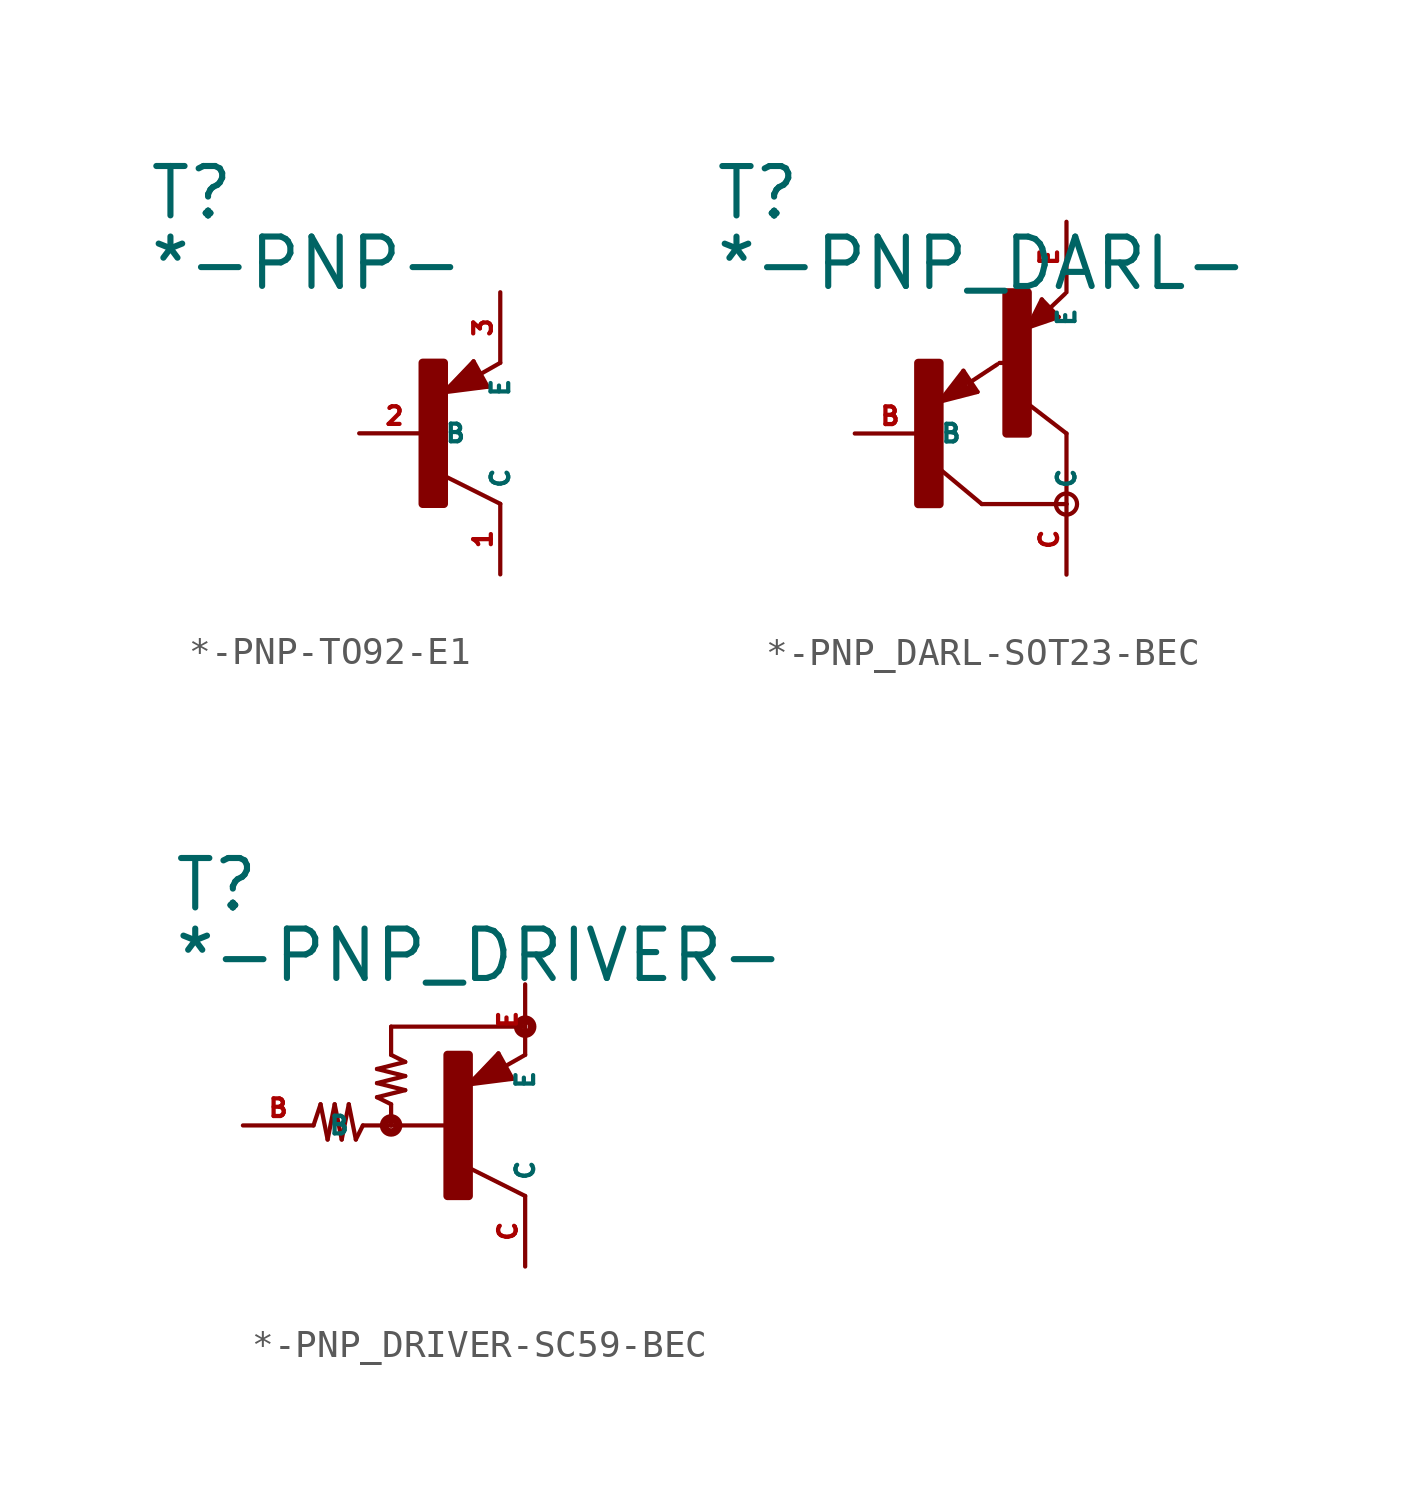
<source format=kicad_sym>
(kicad_symbol_lib
  (version 20220914)
  (generator Eagle2Kicad)
  (symbol "*-PNP-TO92-E1"
    (property "Reference" "T"
      (at -10.16 7.62 0)
      (effects (font (size 1.778 1.778) (thickness 0.22)) (justify left bottom)))
    (property "Value" "*-PNP-"
      (at -10.16 5.08 0)
      (effects (font (size 1.778 1.778) (thickness 0.22)) (justify left bottom)))
    (polyline
      (pts (xy 2.086 1.678) (xy 1.578 2.594))
      (stroke (width 0.152) (type default))
      (fill (type none)))
    (polyline
      (pts (xy 1.578 2.594) (xy 0.516 1.478))
      (stroke (width 0.152) (type default))
      (fill (type none)))
    (polyline
      (pts (xy 0.516 1.478) (xy 2.086 1.678))
      (stroke (width 0.152) (type default))
      (fill (type none)))
    (polyline
      (pts (xy 2.54 2.54) (xy 1.808 2.124))
      (stroke (width 0.152) (type default))
      (fill (type none)))
    (polyline
      (pts (xy 2.54 -2.54) (xy 0.508 -1.524))
      (stroke (width 0.152) (type default))
      (fill (type none)))
    (polyline
      (pts (xy 1.905 1.778) (xy 1.524 2.413))
      (stroke (width 0.254) (type default))
      (fill (type none)))
    (polyline
      (pts (xy 1.524 2.413) (xy 0.762 1.651))
      (stroke (width 0.254) (type default))
      (fill (type none)))
    (polyline
      (pts (xy 0.762 1.651) (xy 1.778 1.778))
      (stroke (width 0.254) (type default))
      (fill (type none)))
    (polyline
      (pts (xy 1.778 1.778) (xy 1.524 2.159))
      (stroke (width 0.254) (type default))
      (fill (type none)))
    (polyline
      (pts (xy 1.524 2.159) (xy 1.143 1.905))
      (stroke (width 0.254) (type default))
      (fill (type none)))
    (polyline
      (pts (xy 1.143 1.905) (xy 1.524 1.905))
      (stroke (width 0.254) (type default))
      (fill (type none)))
    (rectangle
      (start -0.254 -2.54)
      (end 0.508 2.54)
      (stroke (width 0.3) (type default))
      (fill (type outline)))
    (pin passive line
      (at -2.54 0 0)
      (length 2.54)
      (name "B" (effects (font (size 0.635 0.635) (thickness 0.08)) (justify left bottom)))
      (number "2" (effects (font (size 0.635 0.635) (thickness 0.08)) (justify left bottom))))
    (pin passive line
      (at 2.54 5.08 270)
      (length 2.54)
      (name "E" (effects (font (size 0.635 0.635) (thickness 0.08)) (justify left bottom)))
      (number "3" (effects (font (size 0.635 0.635) (thickness 0.08)) (justify left bottom))))
    (pin passive line
      (at 2.54 -5.08 90)
      (length 2.54)
      (name "C" (effects (font (size 0.635 0.635) (thickness 0.08)) (justify left bottom)))
      (number "1" (effects (font (size 0.635 0.635) (thickness 0.08)) (justify left bottom)))))
  (symbol "*-PNP_DARL-SOT23-BEC"
    (property "Reference" "T"
      (at -7.62 7.62 0)
      (effects (font (size 1.778 1.778) (thickness 0.22)) (justify left bottom)))
    (property "Value" "*-PNP_DARL-"
      (at -7.62 5.08 0)
      (effects (font (size 1.778 1.778) (thickness 0.22)) (justify left bottom)))
    (polyline
      (pts (xy 5.08 -2.54) (xy 2.032 -2.54))
      (stroke (width 0.152) (type default))
      (fill (type none)))
    (polyline
      (pts (xy 2.032 -2.54) (xy 0.508 -1.27))
      (stroke (width 0.152) (type default))
      (fill (type none)))
    (polyline
      (pts (xy 5.08 0) (xy 3.429 1.27))
      (stroke (width 0.152) (type default))
      (fill (type none)))
    (polyline
      (pts (xy 1.37 2.259) (xy 0.508 1.143))
      (stroke (width 0.152) (type default))
      (fill (type none)))
    (polyline
      (pts (xy 1.878 1.497) (xy 1.37 2.259))
      (stroke (width 0.152) (type default))
      (fill (type none)))
    (polyline
      (pts (xy 0.508 1.143) (xy 1.878 1.497))
      (stroke (width 0.152) (type default))
      (fill (type none)))
    (polyline
      (pts (xy 1.608 1.843) (xy 2.586 2.486))
      (stroke (width 0.152) (type default))
      (fill (type none)))
    (polyline
      (pts (xy 0.635 1.27) (xy 1.397 2.159))
      (stroke (width 0.127) (type default))
      (fill (type none)))
    (polyline
      (pts (xy 1.397 2.159) (xy 1.778 1.524))
      (stroke (width 0.127) (type default))
      (fill (type none)))
    (polyline
      (pts (xy 1.778 1.524) (xy 0.762 1.27))
      (stroke (width 0.127) (type default))
      (fill (type none)))
    (polyline
      (pts (xy 0.762 1.27) (xy 1.397 2.032))
      (stroke (width 0.127) (type default))
      (fill (type none)))
    (polyline
      (pts (xy 1.397 2.032) (xy 1.651 1.651))
      (stroke (width 0.127) (type default))
      (fill (type none)))
    (polyline
      (pts (xy 1.651 1.651) (xy 0.889 1.397))
      (stroke (width 0.254) (type default))
      (fill (type none)))
    (polyline
      (pts (xy 0.889 1.397) (xy 1.397 1.905))
      (stroke (width 0.254) (type default))
      (fill (type none)))
    (polyline
      (pts (xy 1.397 1.905) (xy 1.397 1.778))
      (stroke (width 0.254) (type default))
      (fill (type none)))
    (polyline
      (pts (xy 3.683 3.81) (xy 4.799 4.191))
      (stroke (width 0.152) (type default))
      (fill (type none)))
    (polyline
      (pts (xy 4.191 4.826) (xy 3.683 3.81))
      (stroke (width 0.152) (type default))
      (fill (type none)))
    (polyline
      (pts (xy 4.799 4.191) (xy 4.191 4.826))
      (stroke (width 0.152) (type default))
      (fill (type none)))
    (polyline
      (pts (xy 4.483 4.51) (xy 5.026 5.026))
      (stroke (width 0.152) (type default))
      (fill (type none)))
    (polyline
      (pts (xy 3.81 3.937) (xy 4.191 4.699))
      (stroke (width 0.127) (type default))
      (fill (type none)))
    (polyline
      (pts (xy 4.191 4.699) (xy 4.699 4.191))
      (stroke (width 0.127) (type default))
      (fill (type none)))
    (polyline
      (pts (xy 4.699 4.191) (xy 3.937 3.937))
      (stroke (width 0.127) (type default))
      (fill (type none)))
    (polyline
      (pts (xy 3.937 3.937) (xy 4.191 4.572))
      (stroke (width 0.127) (type default))
      (fill (type none)))
    (polyline
      (pts (xy 4.191 4.572) (xy 4.572 4.191))
      (stroke (width 0.254) (type default))
      (fill (type none)))
    (polyline
      (pts (xy 4.572 4.191) (xy 4.064 4.064))
      (stroke (width 0.254) (type default))
      (fill (type none)))
    (polyline
      (pts (xy 4.064 4.064) (xy 4.191 4.318))
      (stroke (width 0.254) (type default))
      (fill (type none)))
    (polyline
      (pts (xy 4.191 4.318) (xy 4.318 4.318))
      (stroke (width 0.254) (type default))
      (fill (type none)))
    (polyline
      (pts (xy 5.08 -2.54) (xy 5.08 0))
      (stroke (width 0.152) (type default))
      (fill (type none)))
    (polyline
      (pts (xy 2.667 2.54) (xy 2.921 2.54))
      (stroke (width 0.152) (type default))
      (fill (type none)))
    (circle
      (center 5.08 -2.54)
      (radius 0.381)
      (stroke (width 0) (type default))
      (fill (type none)))
    (rectangle
      (start -0.254 -2.54)
      (end 0.508 2.54)
      (stroke (width 0.3) (type default))
      (fill (type outline)))
    (rectangle
      (start 2.921 0)
      (end 3.683 5.08)
      (stroke (width 0.3) (type default))
      (fill (type outline)))
    (pin passive line
      (at -2.54 0 0)
      (length 2.54)
      (name "B" (effects (font (size 0.635 0.635) (thickness 0.08)) (justify left bottom)))
      (number "B" (effects (font (size 0.635 0.635) (thickness 0.08)) (justify left bottom))))
    (pin passive line
      (at 5.08 7.62 270)
      (length 2.54)
      (name "E" (effects (font (size 0.635 0.635) (thickness 0.08)) (justify left bottom)))
      (number "E" (effects (font (size 0.635 0.635) (thickness 0.08)) (justify left bottom))))
    (pin passive line
      (at 5.08 -5.08 90)
      (length 2.54)
      (name "C" (effects (font (size 0.635 0.635) (thickness 0.08)) (justify left bottom)))
      (number "C" (effects (font (size 0.635 0.635) (thickness 0.08)) (justify left bottom)))))
  (symbol "*-PNP_DRIVER-SC59-BEC"
    (property "Reference" "T"
      (at -10.16 7.62 0)
      (effects (font (size 1.778 1.778) (thickness 0.22)) (justify left bottom)))
    (property "Value" "*-PNP_DRIVER-"
      (at -10.16 5.08 0)
      (effects (font (size 1.778 1.778) (thickness 0.22)) (justify left bottom)))
    (polyline
      (pts (xy -5.08 0) (xy -4.826 0.762))
      (stroke (width 0.152) (type default))
      (fill (type none)))
    (polyline
      (pts (xy -4.826 0.762) (xy -4.572 -0.508))
      (stroke (width 0.152) (type default))
      (fill (type none)))
    (polyline
      (pts (xy -4.572 -0.508) (xy -4.318 0.762))
      (stroke (width 0.152) (type default))
      (fill (type none)))
    (polyline
      (pts (xy -4.318 0.762) (xy -4.064 -0.508))
      (stroke (width 0.152) (type default))
      (fill (type none)))
    (polyline
      (pts (xy -4.064 -0.508) (xy -3.81 0.762))
      (stroke (width 0.152) (type default))
      (fill (type none)))
    (polyline
      (pts (xy -3.81 0.762) (xy -3.556 -0.508))
      (stroke (width 0.152) (type default))
      (fill (type none)))
    (polyline
      (pts (xy -3.556 -0.508) (xy -3.302 0))
      (stroke (width 0.152) (type default))
      (fill (type none)))
    (polyline
      (pts (xy -3.302 0) (xy -2.286 0))
      (stroke (width 0.152) (type default))
      (fill (type none)))
    (polyline
      (pts (xy -2.286 0) (xy -0.254 0))
      (stroke (width 0.152) (type default))
      (fill (type none)))
    (polyline
      (pts (xy -2.286 0) (xy -2.286 0.762))
      (stroke (width 0.152) (type default))
      (fill (type none)))
    (polyline
      (pts (xy -2.286 0.762) (xy -2.794 1.016))
      (stroke (width 0.152) (type default))
      (fill (type none)))
    (polyline
      (pts (xy -2.794 1.016) (xy -1.778 1.27))
      (stroke (width 0.152) (type default))
      (fill (type none)))
    (polyline
      (pts (xy -1.778 1.27) (xy -2.794 1.524))
      (stroke (width 0.152) (type default))
      (fill (type none)))
    (polyline
      (pts (xy -2.794 1.524) (xy -1.778 1.778))
      (stroke (width 0.152) (type default))
      (fill (type none)))
    (polyline
      (pts (xy -1.778 1.778) (xy -2.794 2.032))
      (stroke (width 0.152) (type default))
      (fill (type none)))
    (polyline
      (pts (xy -2.794 2.032) (xy -1.778 2.286))
      (stroke (width 0.152) (type default))
      (fill (type none)))
    (polyline
      (pts (xy -1.778 2.286) (xy -2.286 2.54))
      (stroke (width 0.152) (type default))
      (fill (type none)))
    (polyline
      (pts (xy -2.286 2.54) (xy -2.286 3.556))
      (stroke (width 0.152) (type default))
      (fill (type none)))
    (polyline
      (pts (xy -2.286 3.556) (xy 2.54 3.556))
      (stroke (width 0.152) (type default))
      (fill (type none)))
    (polyline
      (pts (xy 2.086 1.678) (xy 1.578 2.594))
      (stroke (width 0.152) (type default))
      (fill (type none)))
    (polyline
      (pts (xy 1.578 2.594) (xy 0.516 1.478))
      (stroke (width 0.152) (type default))
      (fill (type none)))
    (polyline
      (pts (xy 0.516 1.478) (xy 2.086 1.678))
      (stroke (width 0.152) (type default))
      (fill (type none)))
    (polyline
      (pts (xy 2.54 2.54) (xy 1.808 2.124))
      (stroke (width 0.152) (type default))
      (fill (type none)))
    (polyline
      (pts (xy 2.54 -2.54) (xy 0.508 -1.524))
      (stroke (width 0.152) (type default))
      (fill (type none)))
    (polyline
      (pts (xy 1.905 1.778) (xy 1.524 2.413))
      (stroke (width 0.254) (type default))
      (fill (type none)))
    (polyline
      (pts (xy 1.524 2.413) (xy 0.762 1.651))
      (stroke (width 0.254) (type default))
      (fill (type none)))
    (polyline
      (pts (xy 0.762 1.651) (xy 1.778 1.778))
      (stroke (width 0.254) (type default))
      (fill (type none)))
    (polyline
      (pts (xy 1.778 1.778) (xy 1.524 2.159))
      (stroke (width 0.254) (type default))
      (fill (type none)))
    (polyline
      (pts (xy 1.524 2.159) (xy 1.143 1.905))
      (stroke (width 0.254) (type default))
      (fill (type none)))
    (polyline
      (pts (xy 1.143 1.905) (xy 1.524 1.905))
      (stroke (width 0.254) (type default))
      (fill (type none)))
    (circle
      (center -2.286 0)
      (radius 0.254)
      (stroke (width 0.305) (type default))
      (fill (type none)))
    (circle
      (center 2.54 3.556)
      (radius 0.254)
      (stroke (width 0.305) (type default))
      (fill (type none)))
    (rectangle
      (start -0.254 -2.54)
      (end 0.508 2.54)
      (stroke (width 0.3) (type default))
      (fill (type outline)))
    (pin passive line
      (at -7.62 0 0)
      (length 2.54)
      (name "B" (effects (font (size 0.635 0.635) (thickness 0.08)) (justify left bottom)))
      (number "B" (effects (font (size 0.635 0.635) (thickness 0.08)) (justify left bottom))))
    (pin passive line
      (at 2.54 -5.08 90)
      (length 2.54)
      (name "C" (effects (font (size 0.635 0.635) (thickness 0.08)) (justify left bottom)))
      (number "C" (effects (font (size 0.635 0.635) (thickness 0.08)) (justify left bottom))))
    (pin passive line
      (at 2.54 5.08 270)
      (length 2.54)
      (name "E" (effects (font (size 0.635 0.635) (thickness 0.08)) (justify left bottom)))
      (number "E" (effects (font (size 0.635 0.635) (thickness 0.08)) (justify left bottom))))))
</source>
